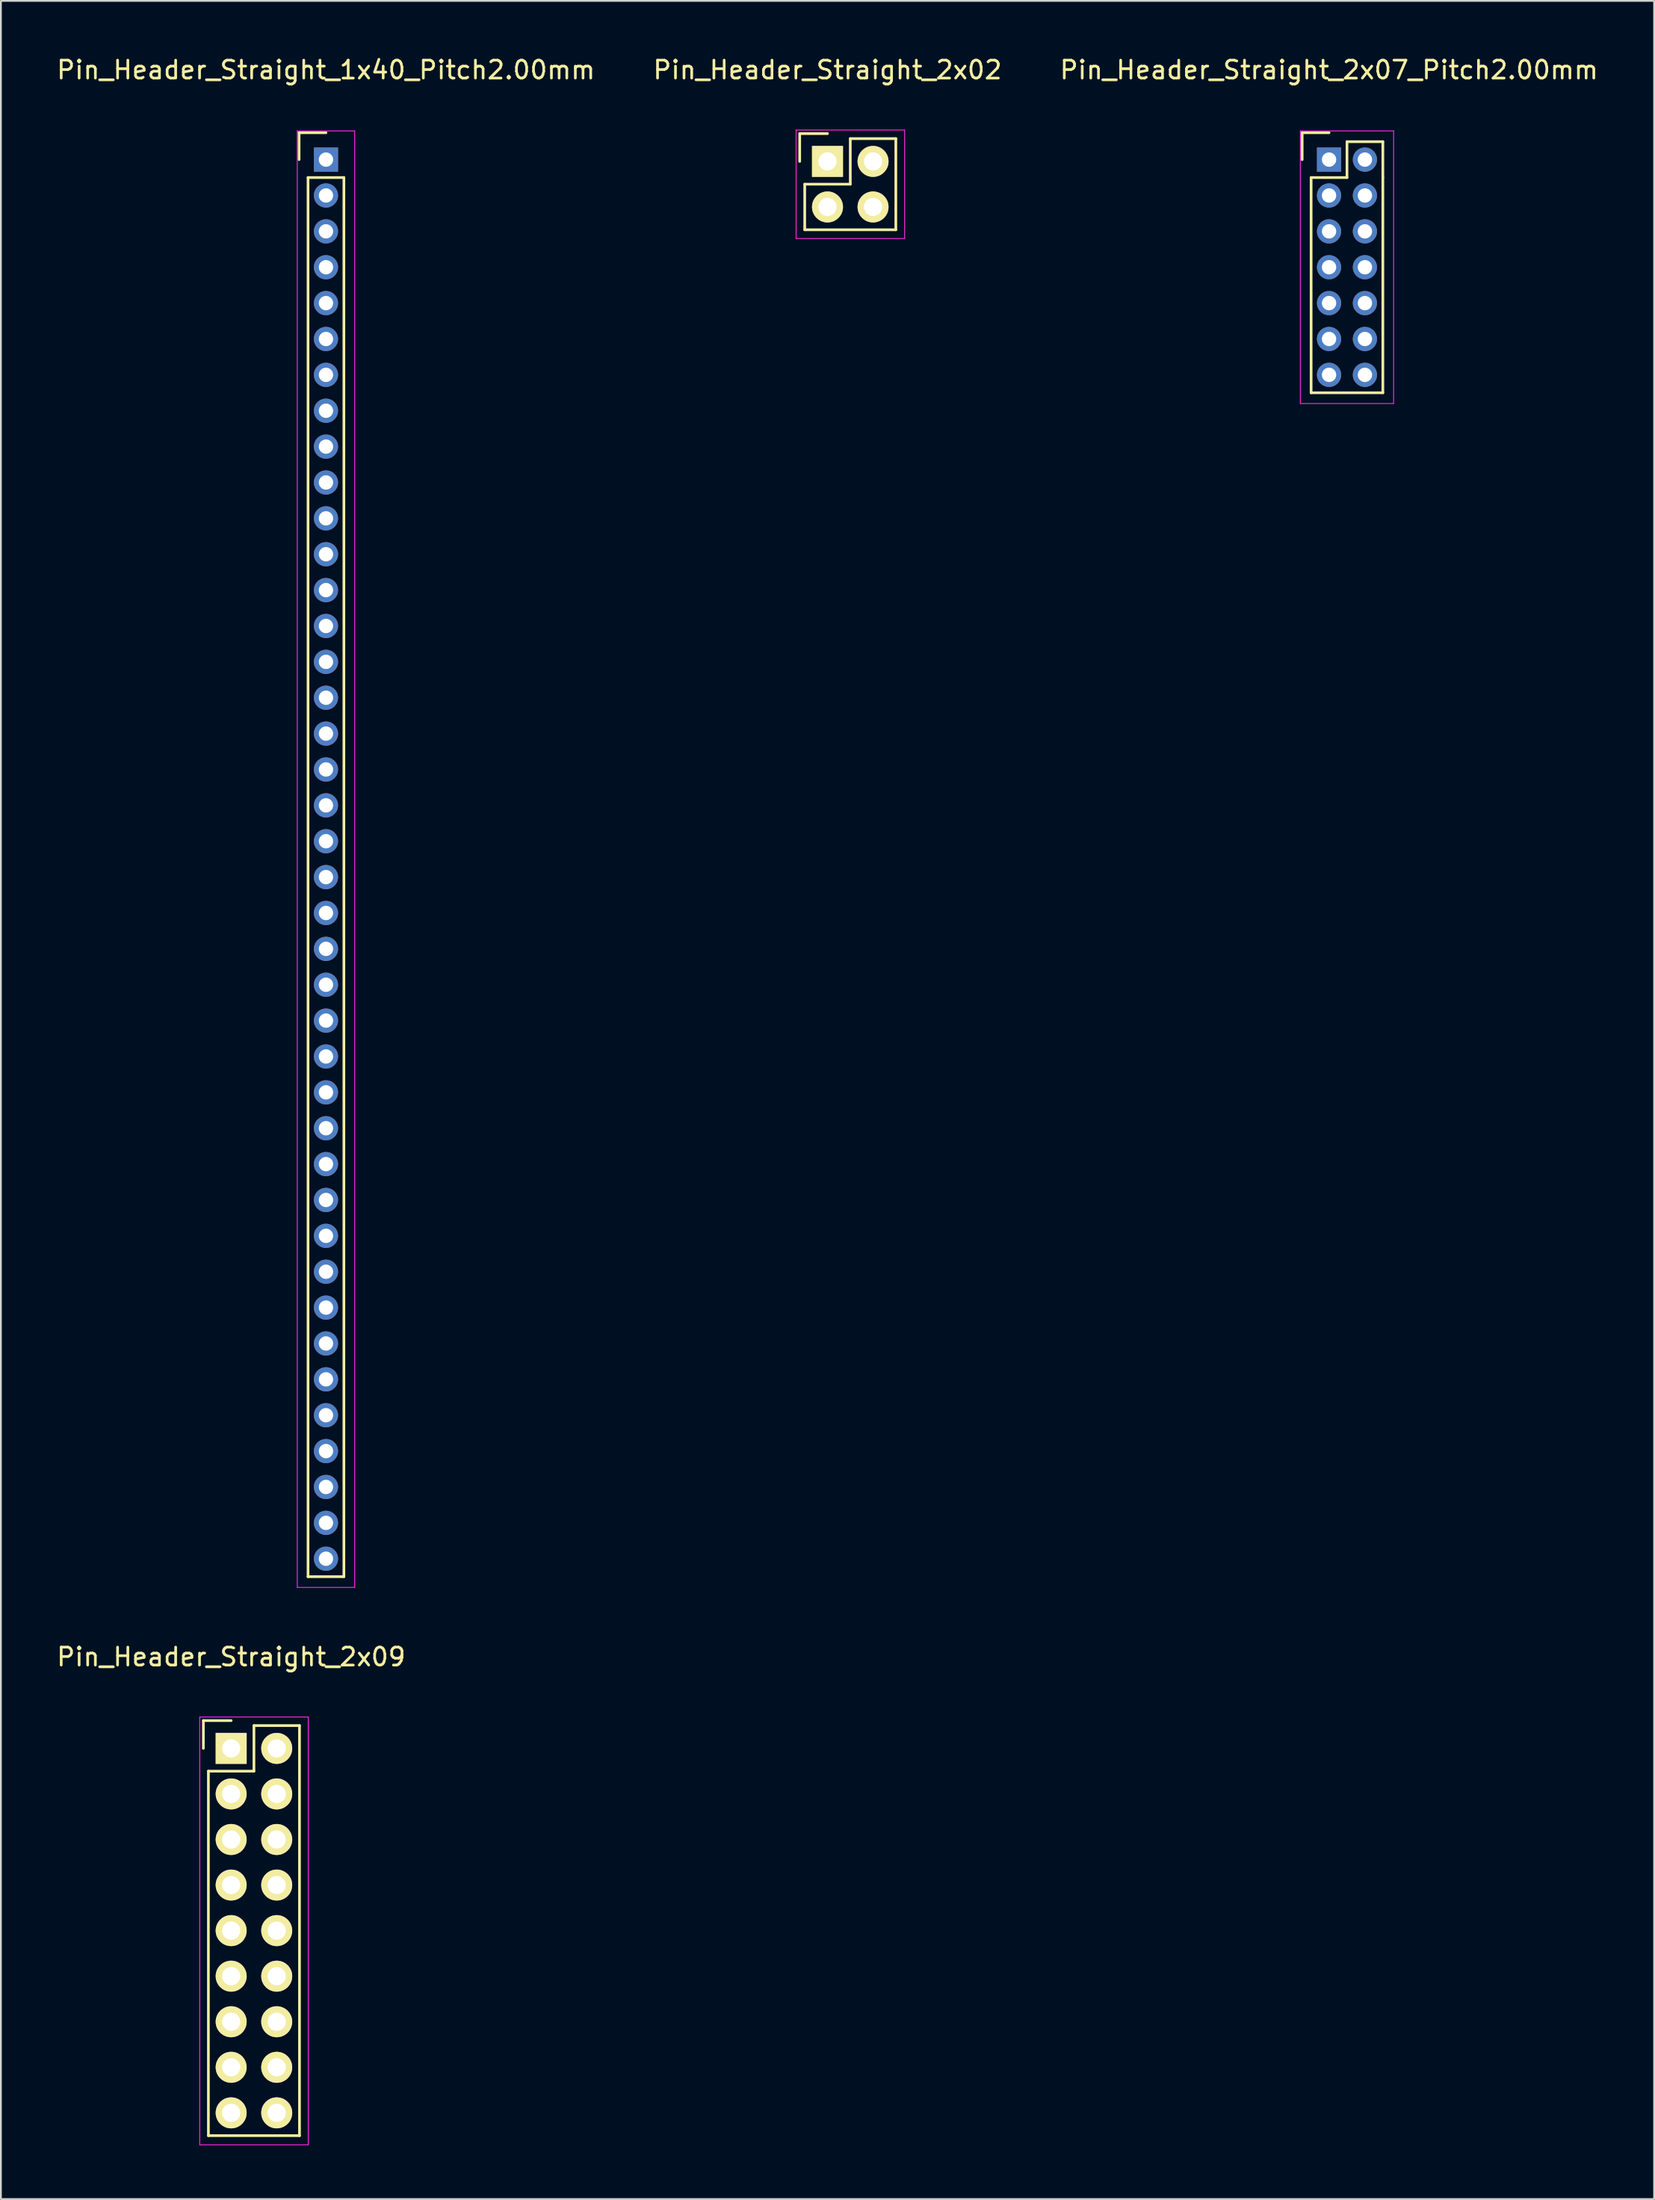
<source format=kicad_pcb>
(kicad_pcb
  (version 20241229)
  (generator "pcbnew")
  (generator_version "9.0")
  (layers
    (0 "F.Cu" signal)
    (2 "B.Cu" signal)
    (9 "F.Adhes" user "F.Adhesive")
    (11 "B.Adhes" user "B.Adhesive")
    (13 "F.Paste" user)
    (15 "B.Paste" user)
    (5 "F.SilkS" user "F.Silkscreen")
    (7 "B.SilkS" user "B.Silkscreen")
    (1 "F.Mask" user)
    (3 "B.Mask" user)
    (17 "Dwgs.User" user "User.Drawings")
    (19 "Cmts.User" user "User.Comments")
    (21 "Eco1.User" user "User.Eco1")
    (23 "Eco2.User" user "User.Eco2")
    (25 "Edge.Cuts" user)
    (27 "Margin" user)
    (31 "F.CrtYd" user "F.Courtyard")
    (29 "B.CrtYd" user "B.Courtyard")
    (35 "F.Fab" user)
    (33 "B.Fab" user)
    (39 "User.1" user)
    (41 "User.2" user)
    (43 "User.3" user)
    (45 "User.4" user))
  (footprint "Pin_Header_Straight_2x02"
    (layer "F.Cu")
    (at 43.089 5.948)
    (property "Reference" "Pin_Header_Straight_2x02" (at 0 -5.1 0) (layer "F.SilkS") (effects (font (size 1 1) (thickness 0.15))))
    (attr through_hole)
    (fp_line (start -1.55 0) (end -1.55 -1.55) (stroke (width 0.15) (type solid)) (layer "F.SilkS"))
    (fp_line (start -1.27 1.27) (end 1.27 1.27) (stroke (width 0.15) (type solid)) (layer "F.SilkS"))
    (fp_line (start -1.27 3.81) (end -1.27 1.27) (stroke (width 0.15) (type solid)) (layer "F.SilkS"))
    (fp_line (start 0 -1.55) (end -1.55 -1.55) (stroke (width 0.15) (type solid)) (layer "F.SilkS"))
    (fp_line (start 1.27 -1.27) (end 3.81 -1.27) (stroke (width 0.15) (type solid)) (layer "F.SilkS"))
    (fp_line (start 1.27 1.27) (end 1.27 -1.27) (stroke (width 0.15) (type solid)) (layer "F.SilkS"))
    (fp_line (start 3.81 -1.27) (end 3.81 3.81) (stroke (width 0.15) (type solid)) (layer "F.SilkS"))
    (fp_line (start 3.81 3.81) (end -1.27 3.81) (stroke (width 0.15) (type solid)) (layer "F.SilkS"))
    (fp_line (start -1.75 -1.75) (end -1.75 4.3) (stroke (width 0.05) (type solid)) (layer "F.CrtYd"))
    (fp_line (start -1.75 -1.75) (end 4.3 -1.75) (stroke (width 0.05) (type solid)) (layer "F.CrtYd"))
    (fp_line (start -1.75 4.3) (end 4.3 4.3) (stroke (width 0.05) (type solid)) (layer "F.CrtYd"))
    (fp_line (start 4.3 -1.75) (end 4.3 4.3) (stroke (width 0.05) (type solid)) (layer "F.CrtYd"))
    (pad "1" thru_hole rect (at 0 0) (size 1.727 1.727) (drill 1.016) (layers "*.Cu" "*.Mask" "F.SilkS"))
    (pad "2" thru_hole oval (at 2.54 0) (size 1.727 1.727) (drill 1.016) (layers "*.Cu" "*.Mask" "F.SilkS"))
    (pad "3" thru_hole oval (at 0 2.54) (size 1.727 1.727) (drill 1.016) (layers "*.Cu" "*.Mask" "F.SilkS"))
    (pad "4" thru_hole oval (at 2.54 2.54) (size 1.727 1.727) (drill 1.016) (layers "*.Cu" "*.Mask" "F.SilkS")))
  (footprint "Pin_Header_Straight_2x09"
    (layer "F.Cu")
    (at 9.839 94.421)
    (property "Reference" "Pin_Header_Straight_2x09" (at 0 -5.1 0) (layer "F.SilkS") (effects (font (size 1 1) (thickness 0.15))))
    (attr through_hole)
    (fp_line (start -1.55 -1.55) (end -1.55 0) (stroke (width 0.15) (type solid)) (layer "F.SilkS"))
    (fp_line (start -1.27 1.27) (end -1.27 21.59) (stroke (width 0.15) (type solid)) (layer "F.SilkS"))
    (fp_line (start 0 -1.55) (end -1.55 -1.55) (stroke (width 0.15) (type solid)) (layer "F.SilkS"))
    (fp_line (start 1.27 -1.27) (end 1.27 1.27) (stroke (width 0.15) (type solid)) (layer "F.SilkS"))
    (fp_line (start 1.27 1.27) (end -1.27 1.27) (stroke (width 0.15) (type solid)) (layer "F.SilkS"))
    (fp_line (start 3.81 -1.27) (end 1.27 -1.27) (stroke (width 0.15) (type solid)) (layer "F.SilkS"))
    (fp_line (start 3.81 21.59) (end -1.27 21.59) (stroke (width 0.15) (type solid)) (layer "F.SilkS"))
    (fp_line (start 3.81 21.59) (end 3.81 -1.27) (stroke (width 0.15) (type solid)) (layer "F.SilkS"))
    (fp_line (start -1.75 -1.75) (end -1.75 22.1) (stroke (width 0.05) (type solid)) (layer "F.CrtYd"))
    (fp_line (start -1.75 -1.75) (end 4.3 -1.75) (stroke (width 0.05) (type solid)) (layer "F.CrtYd"))
    (fp_line (start -1.75 22.1) (end 4.3 22.1) (stroke (width 0.05) (type solid)) (layer "F.CrtYd"))
    (fp_line (start 4.3 -1.75) (end 4.3 22.1) (stroke (width 0.05) (type solid)) (layer "F.CrtYd"))
    (pad "1" thru_hole rect (at 0 0) (size 1.727 1.727) (drill 1.016) (layers "*.Cu" "*.Mask" "F.SilkS"))
    (pad "2" thru_hole oval (at 2.54 0) (size 1.727 1.727) (drill 1.016) (layers "*.Cu" "*.Mask" "F.SilkS"))
    (pad "3" thru_hole oval (at 0 2.54) (size 1.727 1.727) (drill 1.016) (layers "*.Cu" "*.Mask" "F.SilkS"))
    (pad "4" thru_hole oval (at 2.54 2.54) (size 1.727 1.727) (drill 1.016) (layers "*.Cu" "*.Mask" "F.SilkS"))
    (pad "5" thru_hole oval (at 0 5.08) (size 1.727 1.727) (drill 1.016) (layers "*.Cu" "*.Mask" "F.SilkS"))
    (pad "6" thru_hole oval (at 2.54 5.08) (size 1.727 1.727) (drill 1.016) (layers "*.Cu" "*.Mask" "F.SilkS"))
    (pad "7" thru_hole oval (at 0 7.62) (size 1.727 1.727) (drill 1.016) (layers "*.Cu" "*.Mask" "F.SilkS"))
    (pad "8" thru_hole oval (at 2.54 7.62) (size 1.727 1.727) (drill 1.016) (layers "*.Cu" "*.Mask" "F.SilkS"))
    (pad "9" thru_hole oval (at 0 10.16) (size 1.727 1.727) (drill 1.016) (layers "*.Cu" "*.Mask" "F.SilkS"))
    (pad "10" thru_hole oval (at 2.54 10.16) (size 1.727 1.727) (drill 1.016) (layers "*.Cu" "*.Mask" "F.SilkS"))
    (pad "11" thru_hole oval (at 0 12.7) (size 1.727 1.727) (drill 1.016) (layers "*.Cu" "*.Mask" "F.SilkS"))
    (pad "12" thru_hole oval (at 2.54 12.7) (size 1.727 1.727) (drill 1.016) (layers "*.Cu" "*.Mask" "F.SilkS"))
    (pad "13" thru_hole oval (at 0 15.24) (size 1.727 1.727) (drill 1.016) (layers "*.Cu" "*.Mask" "F.SilkS"))
    (pad "14" thru_hole oval (at 2.54 15.24) (size 1.727 1.727) (drill 1.016) (layers "*.Cu" "*.Mask" "F.SilkS"))
    (pad "15" thru_hole oval (at 0 17.78) (size 1.727 1.727) (drill 1.016) (layers "*.Cu" "*.Mask" "F.SilkS"))
    (pad "16" thru_hole oval (at 2.54 17.78) (size 1.727 1.727) (drill 1.016) (layers "*.Cu" "*.Mask" "F.SilkS"))
    (pad "17" thru_hole oval (at 0 20.32) (size 1.727 1.727) (drill 1.016) (layers "*.Cu" "*.Mask" "F.SilkS"))
    (pad "18" thru_hole oval (at 2.54 20.32) (size 1.727 1.727) (drill 1.016) (layers "*.Cu" "*.Mask" "F.SilkS")))
  (footprint "Pin_Header_Straight_2x07_Pitch2.00mm"
    (layer "F.Cu")
    (at 71.054 5.848)
    (property "Reference" "Pin_Header_Straight_2x07_Pitch2.00mm" (at 0 -5 0) (layer "F.SilkS") (effects (font (size 1 1) (thickness 0.15))))
    (attr through_hole)
    (fp_line (start -1.5 -1.5) (end 0 -1.5) (stroke (width 0.15) (type solid)) (layer "F.SilkS"))
    (fp_line (start -1.5 0) (end -1.5 -1.5) (stroke (width 0.15) (type solid)) (layer "F.SilkS"))
    (fp_line (start -1 1) (end 1 1) (stroke (width 0.15) (type solid)) (layer "F.SilkS"))
    (fp_line (start -1 13) (end -1 1) (stroke (width 0.15) (type solid)) (layer "F.SilkS"))
    (fp_line (start 1 -1) (end 3 -1) (stroke (width 0.15) (type solid)) (layer "F.SilkS"))
    (fp_line (start 1 1) (end 1 -1) (stroke (width 0.15) (type solid)) (layer "F.SilkS"))
    (fp_line (start 3 -1) (end 3 1) (stroke (width 0.15) (type solid)) (layer "F.SilkS"))
    (fp_line (start 3 1) (end 3 13) (stroke (width 0.15) (type solid)) (layer "F.SilkS"))
    (fp_line (start 3 13) (end -1 13) (stroke (width 0.15) (type solid)) (layer "F.SilkS"))
    (fp_line (start -1.6 -1.6) (end 3.6 -1.6) (stroke (width 0.05) (type solid)) (layer "F.CrtYd"))
    (fp_line (start -1.6 13.6) (end -1.6 -1.6) (stroke (width 0.05) (type solid)) (layer "F.CrtYd"))
    (fp_line (start 3.6 -1.6) (end 3.6 13.6) (stroke (width 0.05) (type solid)) (layer "F.CrtYd"))
    (fp_line (start 3.6 13.6) (end -1.6 13.6) (stroke (width 0.05) (type solid)) (layer "F.CrtYd"))
    (pad "1" thru_hole rect (at 0 0) (size 1.35 1.35) (drill 0.8) (layers "*.Cu" "*.Mask"))
    (pad "2" thru_hole circle (at 2 0) (size 1.35 1.35) (drill 0.8) (layers "*.Cu" "*.Mask"))
    (pad "3" thru_hole circle (at 0 2) (size 1.35 1.35) (drill 0.8) (layers "*.Cu" "*.Mask"))
    (pad "4" thru_hole circle (at 2 2) (size 1.35 1.35) (drill 0.8) (layers "*.Cu" "*.Mask"))
    (pad "5" thru_hole circle (at 0 4) (size 1.35 1.35) (drill 0.8) (layers "*.Cu" "*.Mask"))
    (pad "6" thru_hole circle (at 2 4) (size 1.35 1.35) (drill 0.8) (layers "*.Cu" "*.Mask"))
    (pad "7" thru_hole circle (at 0 6) (size 1.35 1.35) (drill 0.8) (layers "*.Cu" "*.Mask"))
    (pad "8" thru_hole circle (at 2 6) (size 1.35 1.35) (drill 0.8) (layers "*.Cu" "*.Mask"))
    (pad "9" thru_hole circle (at 0 8) (size 1.35 1.35) (drill 0.8) (layers "*.Cu" "*.Mask"))
    (pad "10" thru_hole circle (at 2 8) (size 1.35 1.35) (drill 0.8) (layers "*.Cu" "*.Mask"))
    (pad "11" thru_hole circle (at 0 10) (size 1.35 1.35) (drill 0.8) (layers "*.Cu" "*.Mask"))
    (pad "12" thru_hole circle (at 2 10) (size 1.35 1.35) (drill 0.8) (layers "*.Cu" "*.Mask"))
    (pad "13" thru_hole circle (at 0 12) (size 1.35 1.35) (drill 0.8) (layers "*.Cu" "*.Mask"))
    (pad "14" thru_hole circle (at 2 12) (size 1.35 1.35) (drill 0.8) (layers "*.Cu" "*.Mask")))
  (footprint "Pin_Header_Straight_1x40_Pitch2.00mm"
    (layer "F.Cu")
    (at 15.125 5.848)
    (property "Reference" "Pin_Header_Straight_1x40_Pitch2.00mm" (at 0 -5 0) (layer "F.SilkS") (effects (font (size 1 1) (thickness 0.15))))
    (attr through_hole)
    (fp_line (start -1.5 -1.5) (end 0 -1.5) (stroke (width 0.15) (type solid)) (layer "F.SilkS"))
    (fp_line (start -1.5 0) (end -1.5 -1.5) (stroke (width 0.15) (type solid)) (layer "F.SilkS"))
    (fp_line (start -1 1) (end 1 1) (stroke (width 0.15) (type solid)) (layer "F.SilkS"))
    (fp_line (start -1 79) (end -1 1) (stroke (width 0.15) (type solid)) (layer "F.SilkS"))
    (fp_line (start 1 1) (end 1 79) (stroke (width 0.15) (type solid)) (layer "F.SilkS"))
    (fp_line (start 1 79) (end -1 79) (stroke (width 0.15) (type solid)) (layer "F.SilkS"))
    (fp_line (start -1.6 -1.6) (end 1.6 -1.6) (stroke (width 0.05) (type solid)) (layer "F.CrtYd"))
    (fp_line (start -1.6 79.6) (end -1.6 -1.6) (stroke (width 0.05) (type solid)) (layer "F.CrtYd"))
    (fp_line (start 1.6 -1.6) (end 1.6 79.6) (stroke (width 0.05) (type solid)) (layer "F.CrtYd"))
    (fp_line (start 1.6 79.6) (end -1.6 79.6) (stroke (width 0.05) (type solid)) (layer "F.CrtYd"))
    (pad "1" thru_hole rect (at 0 0) (size 1.35 1.35) (drill 0.8) (layers "*.Cu" "*.Mask"))
    (pad "2" thru_hole circle (at 0 2) (size 1.35 1.35) (drill 0.8) (layers "*.Cu" "*.Mask"))
    (pad "3" thru_hole circle (at 0 4) (size 1.35 1.35) (drill 0.8) (layers "*.Cu" "*.Mask"))
    (pad "4" thru_hole circle (at 0 6) (size 1.35 1.35) (drill 0.8) (layers "*.Cu" "*.Mask"))
    (pad "5" thru_hole circle (at 0 8) (size 1.35 1.35) (drill 0.8) (layers "*.Cu" "*.Mask"))
    (pad "6" thru_hole circle (at 0 10) (size 1.35 1.35) (drill 0.8) (layers "*.Cu" "*.Mask"))
    (pad "7" thru_hole circle (at 0 12) (size 1.35 1.35) (drill 0.8) (layers "*.Cu" "*.Mask"))
    (pad "8" thru_hole circle (at 0 14) (size 1.35 1.35) (drill 0.8) (layers "*.Cu" "*.Mask"))
    (pad "9" thru_hole circle (at 0 16) (size 1.35 1.35) (drill 0.8) (layers "*.Cu" "*.Mask"))
    (pad "10" thru_hole circle (at 0 18) (size 1.35 1.35) (drill 0.8) (layers "*.Cu" "*.Mask"))
    (pad "11" thru_hole circle (at 0 20) (size 1.35 1.35) (drill 0.8) (layers "*.Cu" "*.Mask"))
    (pad "12" thru_hole circle (at 0 22) (size 1.35 1.35) (drill 0.8) (layers "*.Cu" "*.Mask"))
    (pad "13" thru_hole circle (at 0 24) (size 1.35 1.35) (drill 0.8) (layers "*.Cu" "*.Mask"))
    (pad "14" thru_hole circle (at 0 26) (size 1.35 1.35) (drill 0.8) (layers "*.Cu" "*.Mask"))
    (pad "15" thru_hole circle (at 0 28) (size 1.35 1.35) (drill 0.8) (layers "*.Cu" "*.Mask"))
    (pad "16" thru_hole circle (at 0 30) (size 1.35 1.35) (drill 0.8) (layers "*.Cu" "*.Mask"))
    (pad "17" thru_hole circle (at 0 32) (size 1.35 1.35) (drill 0.8) (layers "*.Cu" "*.Mask"))
    (pad "18" thru_hole circle (at 0 34) (size 1.35 1.35) (drill 0.8) (layers "*.Cu" "*.Mask"))
    (pad "19" thru_hole circle (at 0 36) (size 1.35 1.35) (drill 0.8) (layers "*.Cu" "*.Mask"))
    (pad "20" thru_hole circle (at 0 38) (size 1.35 1.35) (drill 0.8) (layers "*.Cu" "*.Mask"))
    (pad "21" thru_hole circle (at 0 40) (size 1.35 1.35) (drill 0.8) (layers "*.Cu" "*.Mask"))
    (pad "22" thru_hole circle (at 0 42) (size 1.35 1.35) (drill 0.8) (layers "*.Cu" "*.Mask"))
    (pad "23" thru_hole circle (at 0 44) (size 1.35 1.35) (drill 0.8) (layers "*.Cu" "*.Mask"))
    (pad "24" thru_hole circle (at 0 46) (size 1.35 1.35) (drill 0.8) (layers "*.Cu" "*.Mask"))
    (pad "25" thru_hole circle (at 0 48) (size 1.35 1.35) (drill 0.8) (layers "*.Cu" "*.Mask"))
    (pad "26" thru_hole circle (at 0 50) (size 1.35 1.35) (drill 0.8) (layers "*.Cu" "*.Mask"))
    (pad "27" thru_hole circle (at 0 52) (size 1.35 1.35) (drill 0.8) (layers "*.Cu" "*.Mask"))
    (pad "28" thru_hole circle (at 0 54) (size 1.35 1.35) (drill 0.8) (layers "*.Cu" "*.Mask"))
    (pad "29" thru_hole circle (at 0 56) (size 1.35 1.35) (drill 0.8) (layers "*.Cu" "*.Mask"))
    (pad "30" thru_hole circle (at 0 58) (size 1.35 1.35) (drill 0.8) (layers "*.Cu" "*.Mask"))
    (pad "31" thru_hole circle (at 0 60) (size 1.35 1.35) (drill 0.8) (layers "*.Cu" "*.Mask"))
    (pad "32" thru_hole circle (at 0 62) (size 1.35 1.35) (drill 0.8) (layers "*.Cu" "*.Mask"))
    (pad "33" thru_hole circle (at 0 64) (size 1.35 1.35) (drill 0.8) (layers "*.Cu" "*.Mask"))
    (pad "34" thru_hole circle (at 0 66) (size 1.35 1.35) (drill 0.8) (layers "*.Cu" "*.Mask"))
    (pad "35" thru_hole circle (at 0 68) (size 1.35 1.35) (drill 0.8) (layers "*.Cu" "*.Mask"))
    (pad "36" thru_hole circle (at 0 70) (size 1.35 1.35) (drill 0.8) (layers "*.Cu" "*.Mask"))
    (pad "37" thru_hole circle (at 0 72) (size 1.35 1.35) (drill 0.8) (layers "*.Cu" "*.Mask"))
    (pad "38" thru_hole circle (at 0 74) (size 1.35 1.35) (drill 0.8) (layers "*.Cu" "*.Mask"))
    (pad "39" thru_hole circle (at 0 76) (size 1.35 1.35) (drill 0.8) (layers "*.Cu" "*.Mask"))
    (pad "40" thru_hole circle (at 0 78) (size 1.35 1.35) (drill 0.8) (layers "*.Cu" "*.Mask")))
  (gr_rect
    (start -3 -3)
    (end 89.179 119.546)
    (stroke (width 0.1) (type default))
    (fill no)
    (layer "Edge.Cuts")))
</source>
